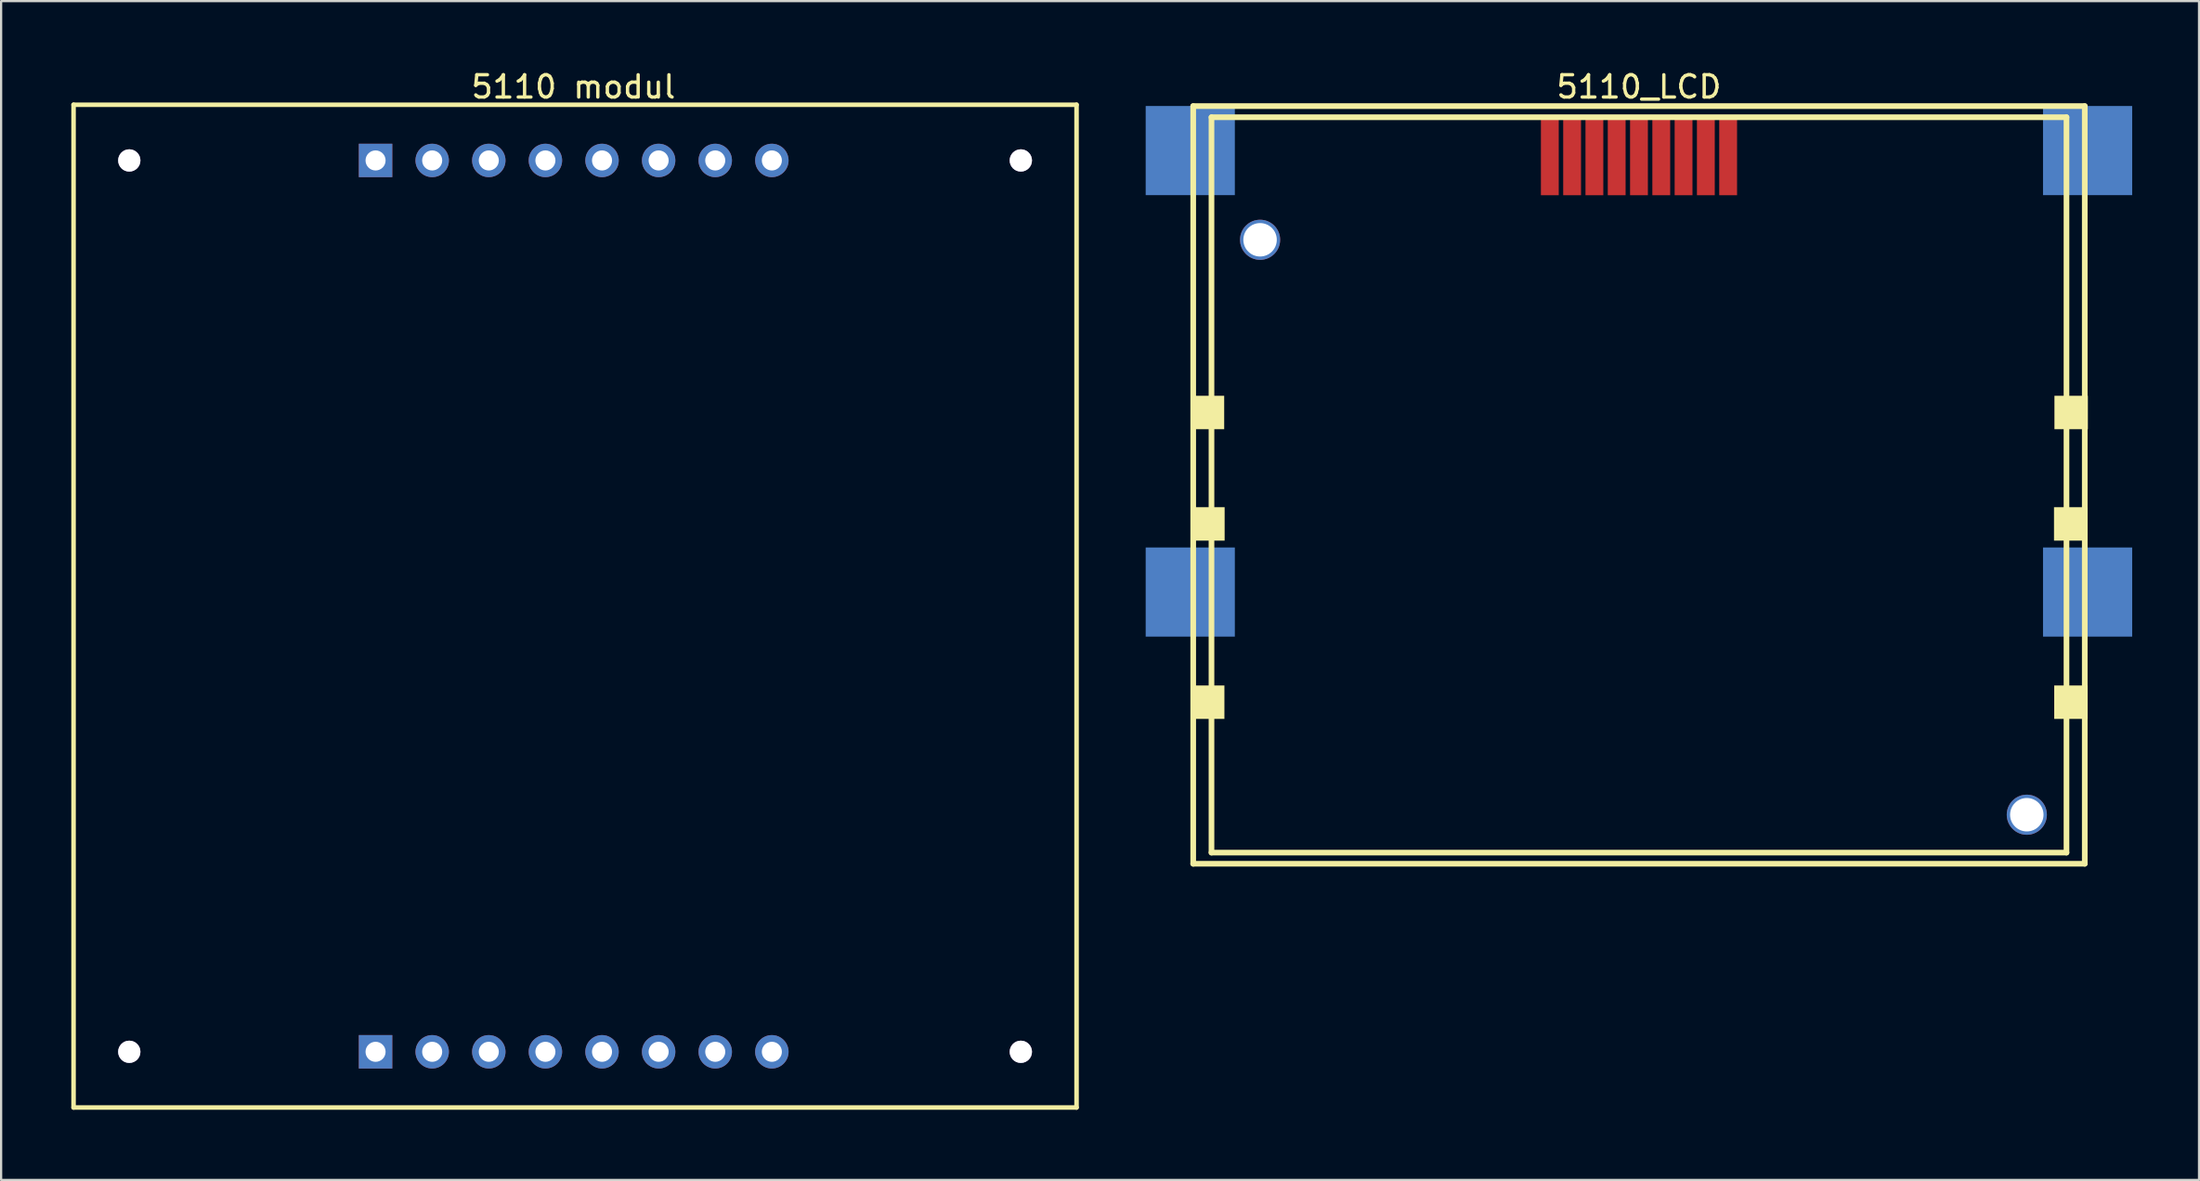
<source format=kicad_pcb>
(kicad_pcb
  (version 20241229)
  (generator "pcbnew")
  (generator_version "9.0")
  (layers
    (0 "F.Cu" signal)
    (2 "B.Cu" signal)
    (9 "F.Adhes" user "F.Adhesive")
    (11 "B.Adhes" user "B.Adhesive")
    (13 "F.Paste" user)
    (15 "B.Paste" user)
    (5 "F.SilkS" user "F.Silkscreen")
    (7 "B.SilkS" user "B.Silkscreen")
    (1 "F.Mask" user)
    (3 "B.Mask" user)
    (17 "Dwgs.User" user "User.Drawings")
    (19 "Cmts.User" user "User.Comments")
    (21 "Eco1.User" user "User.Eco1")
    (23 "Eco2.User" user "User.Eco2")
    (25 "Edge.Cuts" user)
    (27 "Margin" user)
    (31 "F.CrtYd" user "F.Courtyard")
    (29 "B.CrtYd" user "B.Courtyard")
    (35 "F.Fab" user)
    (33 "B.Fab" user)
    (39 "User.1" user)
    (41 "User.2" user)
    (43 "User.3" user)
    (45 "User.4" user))
  (footprint "5110 modul"
    (layer "F.Cu")
    (at 0.25 46.65)
    (property "Reference" "5110 modul" (at 22.426 -45.801 0) (layer "F.SilkS") (effects (font (size 1 1) (thickness 0.15))))
    (fp_line (start 0.0002 -45) (end 45 -45) (stroke (width 0.203) (type solid)) (layer "F.SilkS"))
    (fp_line (start 0.0002 0.00019) (end 0.0002 -45) (stroke (width 0.203) (type solid)) (layer "F.SilkS"))
    (fp_line (start 0.0002 0.00019) (end 45 0.00019) (stroke (width 0.203) (type solid)) (layer "F.SilkS"))
    (fp_line (start 45 0.00019) (end 45 -45) (stroke (width 0.203) (type solid)) (layer "F.SilkS"))
    (pad "0" thru_hole circle (at 2.5 -42.5) (size 1 1) (drill 2.3) (layers "*.Cu" "*.Mask"))
    (pad "0" thru_hole circle (at 2.5 -2.5) (size 1 1) (drill 2.3) (layers "*.Cu" "*.Mask"))
    (pad "0" thru_hole circle (at 42.5 -42.5) (size 1 1) (drill 2.3) (layers "*.Cu" "*.Mask"))
    (pad "0" thru_hole circle (at 42.5 -2.5) (size 1 1) (drill 2.3) (layers "*.Cu" "*.Mask"))
    (pad "1" thru_hole rect (at 13.55 -42.5 90) (size 1.5 1.5) (drill 0.9) (layers "*.Cu" "*.Mask"))
    (pad "1" thru_hole rect (at 13.55 -2.5 90) (size 1.5 1.5) (drill 0.9) (layers "*.Cu" "*.Mask"))
    (pad "2" thru_hole circle (at 16.09 -42.5 90) (size 1.5 1.5) (drill 0.9) (layers "*.Cu" "*.Mask"))
    (pad "2" thru_hole circle (at 16.09 -2.5 90) (size 1.5 1.5) (drill 0.9) (layers "*.Cu" "*.Mask"))
    (pad "3" thru_hole circle (at 18.63 -42.5 90) (size 1.5 1.5) (drill 0.9) (layers "*.Cu" "*.Mask"))
    (pad "3" thru_hole circle (at 18.63 -2.5 90) (size 1.5 1.5) (drill 0.9) (layers "*.Cu" "*.Mask"))
    (pad "4" thru_hole circle (at 21.17 -42.5 90) (size 1.5 1.5) (drill 0.9) (layers "*.Cu" "*.Mask"))
    (pad "4" thru_hole circle (at 21.17 -2.5 90) (size 1.5 1.5) (drill 0.9) (layers "*.Cu" "*.Mask"))
    (pad "5" thru_hole circle (at 23.71 -42.5 90) (size 1.5 1.5) (drill 0.9) (layers "*.Cu" "*.Mask"))
    (pad "5" thru_hole circle (at 23.71 -2.5 90) (size 1.5 1.5) (drill 0.9) (layers "*.Cu" "*.Mask"))
    (pad "6" thru_hole circle (at 26.25 -42.5 90) (size 1.5 1.5) (drill 0.9) (layers "*.Cu" "*.Mask"))
    (pad "6" thru_hole circle (at 26.25 -2.5 90) (size 1.5 1.5) (drill 0.9) (layers "*.Cu" "*.Mask"))
    (pad "7" thru_hole circle (at 28.79 -42.5 90) (size 1.5 1.5) (drill 0.9) (layers "*.Cu" "*.Mask"))
    (pad "7" thru_hole circle (at 28.79 -2.5 90) (size 1.5 1.5) (drill 0.9) (layers "*.Cu" "*.Mask"))
    (pad "8" thru_hole circle (at 31.33 -42.5 90) (size 1.5 1.5) (drill 0.9) (layers "*.Cu" "*.Mask"))
    (pad "8" thru_hole circle (at 31.33 -2.5 90) (size 1.5 1.5) (drill 0.9) (layers "*.Cu" "*.Mask")))
  (footprint "5110_LCD"
    (layer "F.Cu")
    (at 90.484 35.711)
    (property "Reference" "5110_LCD" (at -20.003 -34.863 0) (layer "F.SilkS") (effects (font (size 1 1) (thickness 0.15))))
    (fp_line (start -40 -34) (end 0 -34) (stroke (width 0.254) (type solid)) (layer "F.SilkS"))
    (fp_line (start -40 0) (end -40 -34) (stroke (width 0.254) (type solid)) (layer "F.SilkS"))
    (fp_line (start -40 0) (end 0 0) (stroke (width 0.254) (type solid)) (layer "F.SilkS"))
    (fp_line (start -39.18 -33.5) (end -0.82 -33.5) (stroke (width 0.254) (type solid)) (layer "F.SilkS"))
    (fp_line (start -39.18 -0.5) (end -39.18 -33.5) (stroke (width 0.254) (type solid)) (layer "F.SilkS"))
    (fp_line (start -39.18 -0.5) (end -0.82 -0.5) (stroke (width 0.254) (type solid)) (layer "F.SilkS"))
    (fp_line (start -0.82 -0.5) (end -0.82 -33.5) (stroke (width 0.254) (type solid)) (layer "F.SilkS"))
    (fp_line (start 0 0) (end 0 -34) (stroke (width 0.254) (type solid)) (layer "F.SilkS"))
    (fp_rect (start -40.11 -19.5) (end -38.61 -21) (stroke (width 0) (type default)) (fill yes) (layer "F.SilkS"))
    (fp_rect (start -40.1 -6.5) (end -38.6 -8) (stroke (width 0) (type default)) (fill yes) (layer "F.SilkS"))
    (fp_rect (start -40.09 -14.5) (end -38.59 -16) (stroke (width 0) (type default)) (fill yes) (layer "F.SilkS"))
    (fp_rect (start -1.38 -14.5) (end 0.12 -16) (stroke (width 0) (type default)) (fill yes) (layer "F.SilkS"))
    (fp_rect (start -1.37 -6.5) (end 0.13 -8) (stroke (width 0) (type default)) (fill yes) (layer "F.SilkS"))
    (fp_rect (start -1.36 -19.5) (end 0.14 -21) (stroke (width 0) (type default)) (fill yes) (layer "F.SilkS"))
    (pad "" thru_hole circle (at -37 -28) (size 1.8 1.8) (drill 1.5) (layers "*.Cu" "*.Mask"))
    (pad "" thru_hole circle (at -2.6 -2.2) (size 1.8 1.8) (drill 1.5) (layers "*.Cu" "*.Mask"))
    (pad "0" smd rect (at -40.132 -32.004) (size 4 4) (layers "B.Cu" "B.Mask" "B.Paste"))
    (pad "0" smd rect (at -40.132 -12.192) (size 4 4) (layers "B.Cu" "B.Mask" "B.Paste"))
    (pad "0" smd rect (at 0.127 -32.004) (size 4 4) (layers "B.Cu" "B.Mask" "B.Paste"))
    (pad "0" smd rect (at 0.127 -12.192) (size 4 4) (layers "B.Cu" "B.Mask" "B.Paste"))
    (pad "1" smd rect (at -16 -31.75) (size 0.8 3.5) (layers "F.Cu" "F.Mask" "F.Paste"))
    (pad "2" smd rect (at -17 -31.75) (size 0.8 3.5) (layers "F.Cu" "F.Mask" "F.Paste"))
    (pad "3" smd rect (at -18 -31.75) (size 0.8 3.5) (layers "F.Cu" "F.Mask" "F.Paste"))
    (pad "4" smd rect (at -19 -31.75) (size 0.8 3.5) (layers "F.Cu" "F.Mask" "F.Paste"))
    (pad "5" smd rect (at -20 -31.75) (size 0.8 3.5) (layers "F.Cu" "F.Mask" "F.Paste"))
    (pad "6" smd rect (at -21 -31.75) (size 0.8 3.5) (layers "F.Cu" "F.Mask" "F.Paste"))
    (pad "7" smd rect (at -22 -31.75) (size 0.8 3.5) (layers "F.Cu" "F.Mask" "F.Paste"))
    (pad "8" smd rect (at -23 -31.75) (size 0.8 3.5) (layers "F.Cu" "F.Mask" "F.Paste"))
    (pad "9" smd rect (at -24 -31.75) (size 0.8 3.5) (layers "F.Cu" "F.Mask" "F.Paste"))
    (zone (net_name "") (layers "F.Cu" "B.Cu") (hatch edge 0.5) (connect_pads) (min_thickness 0.25) (filled_areas_thickness no) (keepout (tracks not_allowed) (vias not_allowed) (pads not_allowed) (copperpour not_allowed) (footprints allowed)) (placement (enabled no)) (fill) (polygon (pts (xy 49.846 1.65) (xy 49.865 1.605) (xy 49.9 1.57) (xy 49.946 1.551) (xy 49.996 1.551) (xy 50.041 1.57) (xy 50.076 1.605) (xy 50.095 1.65) (xy 50.098 1.675) (xy 50.098 5.612) (xy 50.095 5.637) (xy 50.076 5.683) (xy 50.041 5.718) (xy 49.996 5.737) (xy 49.946 5.737) (xy 49.9 5.718) (xy 49.865 5.683) (xy 49.846 5.637) (xy 49.844 5.612) (xy 49.844 1.675))))
    (zone (net_name "") (layers "F.Cu" "B.Cu") (hatch edge 0.5) (connect_pads) (min_thickness 0.25) (filled_areas_thickness no) (keepout (tracks not_allowed) (vias not_allowed) (pads not_allowed) (copperpour not_allowed) (footprints allowed)) (placement (enabled no)) (fill) (polygon (pts (xy 49.846 21.462) (xy 49.865 21.417) (xy 49.9 21.382) (xy 49.946 21.363) (xy 49.996 21.363) (xy 50.041 21.382) (xy 50.076 21.417) (xy 50.095 21.462) (xy 50.098 21.487) (xy 50.098 25.424) (xy 50.095 25.449) (xy 50.076 25.495) (xy 50.041 25.53) (xy 49.996 25.549) (xy 49.946 25.549) (xy 49.9 25.53) (xy 49.865 25.495) (xy 49.846 25.449) (xy 49.844 25.424) (xy 49.844 21.487))))
    (zone (net_name "") (layers "F.Cu" "B.Cu") (hatch edge 0.5) (connect_pads) (min_thickness 0.25) (filled_areas_thickness no) (keepout (tracks not_allowed) (vias not_allowed) (pads not_allowed) (copperpour not_allowed) (footprints allowed)) (placement (enabled no)) (fill) (polygon (pts (xy 51.751 1.65) (xy 51.77 1.605) (xy 51.805 1.57) (xy 51.851 1.551) (xy 51.901 1.551) (xy 51.946 1.57) (xy 51.981 1.605) (xy 52 1.65) (xy 52.003 1.675) (xy 52.003 5.612) (xy 52 5.637) (xy 51.981 5.683) (xy 51.946 5.718) (xy 51.901 5.737) (xy 51.851 5.737) (xy 51.805 5.718) (xy 51.77 5.683) (xy 51.751 5.637) (xy 51.749 5.612) (xy 51.749 1.675))))
    (zone (net_name "") (layers "F.Cu" "B.Cu") (hatch edge 0.5) (connect_pads) (min_thickness 0.25) (filled_areas_thickness no) (keepout (tracks not_allowed) (vias not_allowed) (pads not_allowed) (copperpour not_allowed) (footprints allowed)) (placement (enabled no)) (fill) (polygon (pts (xy 51.751 21.462) (xy 51.77 21.417) (xy 51.805 21.382) (xy 51.851 21.363) (xy 51.901 21.363) (xy 51.946 21.382) (xy 51.981 21.417) (xy 52 21.462) (xy 52.003 21.487) (xy 52.003 25.424) (xy 52 25.449) (xy 51.981 25.495) (xy 51.946 25.53) (xy 51.901 25.549) (xy 51.851 25.549) (xy 51.805 25.53) (xy 51.77 25.495) (xy 51.751 25.449) (xy 51.749 25.424) (xy 51.749 21.487))))
    (zone (net_name "") (layers "F.Cu" "B.Cu") (hatch edge 0.5) (connect_pads) (min_thickness 0.25) (filled_areas_thickness no) (keepout (tracks not_allowed) (vias not_allowed) (pads not_allowed) (copperpour not_allowed) (footprints allowed)) (placement (enabled no)) (fill) (polygon (pts (xy 51.901 1.551) (xy 51.946 1.57) (xy 51.981 1.605) (xy 52 1.65) (xy 52 1.7) (xy 51.981 1.746) (xy 51.946 1.781) (xy 51.901 1.8) (xy 51.876 1.802) (xy 49.971 1.802) (xy 49.946 1.8) (xy 49.9 1.781) (xy 49.865 1.746) (xy 49.846 1.7) (xy 49.846 1.65) (xy 49.865 1.605) (xy 49.9 1.57) (xy 49.946 1.551) (xy 49.971 1.548) (xy 51.876 1.548))))
    (zone (net_name "") (layers "F.Cu" "B.Cu") (hatch edge 0.5) (connect_pads) (min_thickness 0.25) (filled_areas_thickness no) (keepout (tracks not_allowed) (vias not_allowed) (pads not_allowed) (copperpour not_allowed) (footprints allowed)) (placement (enabled no)) (fill) (polygon (pts (xy 51.901 5.488) (xy 51.946 5.507) (xy 51.981 5.542) (xy 52 5.587) (xy 52 5.637) (xy 51.981 5.683) (xy 51.946 5.718) (xy 51.901 5.737) (xy 51.876 5.739) (xy 49.971 5.739) (xy 49.946 5.737) (xy 49.9 5.718) (xy 49.865 5.683) (xy 49.846 5.637) (xy 49.846 5.587) (xy 49.865 5.542) (xy 49.9 5.507) (xy 49.946 5.488) (xy 49.971 5.485) (xy 51.876 5.485))))
    (zone (net_name "") (layers "F.Cu" "B.Cu") (hatch edge 0.5) (connect_pads) (min_thickness 0.25) (filled_areas_thickness no) (keepout (tracks not_allowed) (vias not_allowed) (pads not_allowed) (copperpour not_allowed) (footprints allowed)) (placement (enabled no)) (fill) (polygon (pts (xy 51.901 21.363) (xy 51.946 21.382) (xy 51.981 21.417) (xy 52 21.462) (xy 52 21.512) (xy 51.981 21.558) (xy 51.946 21.593) (xy 51.901 21.612) (xy 51.876 21.614) (xy 49.971 21.614) (xy 49.946 21.612) (xy 49.9 21.593) (xy 49.865 21.558) (xy 49.846 21.512) (xy 49.846 21.462) (xy 49.865 21.417) (xy 49.9 21.382) (xy 49.946 21.363) (xy 49.971 21.36) (xy 51.876 21.36))))
    (zone (net_name "") (layers "F.Cu" "B.Cu") (hatch edge 0.5) (connect_pads) (min_thickness 0.25) (filled_areas_thickness no) (keepout (tracks not_allowed) (vias not_allowed) (pads not_allowed) (copperpour not_allowed) (footprints allowed)) (placement (enabled no)) (fill) (polygon (pts (xy 51.901 25.3) (xy 51.946 25.319) (xy 51.981 25.354) (xy 52 25.399) (xy 52 25.449) (xy 51.981 25.495) (xy 51.946 25.53) (xy 51.901 25.549) (xy 51.876 25.551) (xy 49.971 25.551) (xy 49.946 25.549) (xy 49.9 25.53) (xy 49.865 25.495) (xy 49.846 25.449) (xy 49.846 25.399) (xy 49.865 25.354) (xy 49.9 25.319) (xy 49.946 25.3) (xy 49.971 25.297) (xy 51.876 25.297))))
    (zone (net_name "") (layers "F.Cu" "B.Cu") (hatch edge 0.5) (connect_pads) (min_thickness 0.25) (filled_areas_thickness no) (keepout (tracks not_allowed) (vias not_allowed) (pads not_allowed) (copperpour not_allowed) (footprints allowed)) (placement (enabled no)) (fill) (polygon (pts (xy 88.962 1.65) (xy 88.981 1.605) (xy 89.016 1.57) (xy 89.062 1.551) (xy 89.112 1.551) (xy 89.157 1.57) (xy 89.192 1.605) (xy 89.211 1.65) (xy 89.214 1.675) (xy 89.214 5.612) (xy 89.211 5.637) (xy 89.192 5.683) (xy 89.157 5.718) (xy 89.112 5.737) (xy 89.062 5.737) (xy 89.016 5.718) (xy 88.981 5.683) (xy 88.962 5.637) (xy 88.96 5.612) (xy 88.96 1.675))))
    (zone (net_name "") (layers "F.Cu" "B.Cu") (hatch edge 0.5) (connect_pads) (min_thickness 0.25) (filled_areas_thickness no) (keepout (tracks not_allowed) (vias not_allowed) (pads not_allowed) (copperpour not_allowed) (footprints allowed)) (placement (enabled no)) (fill) (polygon (pts (xy 88.962 21.589) (xy 88.981 21.544) (xy 89.016 21.509) (xy 89.062 21.49) (xy 89.112 21.49) (xy 89.157 21.509) (xy 89.192 21.544) (xy 89.211 21.589) (xy 89.214 21.614) (xy 89.214 25.551) (xy 89.211 25.576) (xy 89.192 25.622) (xy 89.157 25.657) (xy 89.112 25.676) (xy 89.062 25.676) (xy 89.016 25.657) (xy 88.981 25.622) (xy 88.962 25.576) (xy 88.96 25.551) (xy 88.96 21.614))))
    (zone (net_name "") (layers "F.Cu" "B.Cu") (hatch edge 0.5) (connect_pads) (min_thickness 0.25) (filled_areas_thickness no) (keepout (tracks not_allowed) (vias not_allowed) (pads not_allowed) (copperpour not_allowed) (footprints allowed)) (placement (enabled no)) (fill) (polygon (pts (xy 90.867 1.65) (xy 90.886 1.605) (xy 90.921 1.57) (xy 90.967 1.551) (xy 91.017 1.551) (xy 91.062 1.57) (xy 91.097 1.605) (xy 91.116 1.65) (xy 91.119 1.675) (xy 91.119 5.612) (xy 91.116 5.637) (xy 91.097 5.683) (xy 91.062 5.718) (xy 91.017 5.737) (xy 90.967 5.737) (xy 90.921 5.718) (xy 90.886 5.683) (xy 90.867 5.637) (xy 90.865 5.612) (xy 90.865 1.675))))
    (zone (net_name "") (layers "F.Cu" "B.Cu") (hatch edge 0.5) (connect_pads) (min_thickness 0.25) (filled_areas_thickness no) (keepout (tracks not_allowed) (vias not_allowed) (pads not_allowed) (copperpour not_allowed) (footprints allowed)) (placement (enabled no)) (fill) (polygon (pts (xy 90.867 21.589) (xy 90.886 21.544) (xy 90.921 21.509) (xy 90.967 21.49) (xy 91.017 21.49) (xy 91.062 21.509) (xy 91.097 21.544) (xy 91.116 21.589) (xy 91.119 21.614) (xy 91.119 25.551) (xy 91.116 25.576) (xy 91.097 25.622) (xy 91.062 25.657) (xy 91.017 25.676) (xy 90.967 25.676) (xy 90.921 25.657) (xy 90.886 25.622) (xy 90.867 25.576) (xy 90.865 25.551) (xy 90.865 21.614))))
    (zone (net_name "") (layers "F.Cu" "B.Cu") (hatch edge 0.5) (connect_pads) (min_thickness 0.25) (filled_areas_thickness no) (keepout (tracks not_allowed) (vias not_allowed) (pads not_allowed) (copperpour not_allowed) (footprints allowed)) (placement (enabled no)) (fill) (polygon (pts (xy 91.017 1.551) (xy 91.062 1.57) (xy 91.097 1.605) (xy 91.116 1.65) (xy 91.116 1.7) (xy 91.097 1.746) (xy 91.062 1.781) (xy 91.017 1.8) (xy 90.992 1.802) (xy 89.087 1.802) (xy 89.062 1.8) (xy 89.016 1.781) (xy 88.981 1.746) (xy 88.962 1.7) (xy 88.962 1.65) (xy 88.981 1.605) (xy 89.016 1.57) (xy 89.062 1.551) (xy 89.087 1.548) (xy 90.992 1.548))))
    (zone (net_name "") (layers "F.Cu" "B.Cu") (hatch edge 0.5) (connect_pads) (min_thickness 0.25) (filled_areas_thickness no) (keepout (tracks not_allowed) (vias not_allowed) (pads not_allowed) (copperpour not_allowed) (footprints allowed)) (placement (enabled no)) (fill) (polygon (pts (xy 91.017 5.488) (xy 91.062 5.507) (xy 91.097 5.542) (xy 91.116 5.587) (xy 91.116 5.637) (xy 91.097 5.683) (xy 91.062 5.718) (xy 91.017 5.737) (xy 90.992 5.739) (xy 89.087 5.739) (xy 89.062 5.737) (xy 89.016 5.718) (xy 88.981 5.683) (xy 88.962 5.637) (xy 88.962 5.587) (xy 88.981 5.542) (xy 89.016 5.507) (xy 89.062 5.488) (xy 89.087 5.485) (xy 90.992 5.485))))
    (zone (net_name "") (layers "F.Cu" "B.Cu") (hatch edge 0.5) (connect_pads) (min_thickness 0.25) (filled_areas_thickness no) (keepout (tracks not_allowed) (vias not_allowed) (pads not_allowed) (copperpour not_allowed) (footprints allowed)) (placement (enabled no)) (fill) (polygon (pts (xy 91.017 21.49) (xy 91.062 21.509) (xy 91.097 21.544) (xy 91.116 21.589) (xy 91.116 21.639) (xy 91.097 21.685) (xy 91.062 21.72) (xy 91.017 21.739) (xy 90.992 21.741) (xy 89.087 21.741) (xy 89.062 21.739) (xy 89.016 21.72) (xy 88.981 21.685) (xy 88.962 21.639) (xy 88.962 21.589) (xy 88.981 21.544) (xy 89.016 21.509) (xy 89.062 21.49) (xy 89.087 21.487) (xy 90.992 21.487))))
    (zone (net_name "") (layers "F.Cu" "B.Cu") (hatch edge 0.5) (connect_pads) (min_thickness 0.25) (filled_areas_thickness no) (keepout (tracks not_allowed) (vias not_allowed) (pads not_allowed) (copperpour not_allowed) (footprints allowed)) (placement (enabled no)) (fill) (polygon (pts (xy 91.017 25.427) (xy 91.062 25.446) (xy 91.097 25.481) (xy 91.116 25.526) (xy 91.116 25.576) (xy 91.097 25.622) (xy 91.062 25.657) (xy 91.017 25.676) (xy 90.992 25.678) (xy 89.087 25.678) (xy 89.062 25.676) (xy 89.016 25.657) (xy 88.981 25.622) (xy 88.962 25.576) (xy 88.962 25.526) (xy 88.981 25.481) (xy 89.016 25.446) (xy 89.062 25.427) (xy 89.087 25.424) (xy 90.992 25.424)))))
  (gr_rect
    (start -3 -3)
    (end 95.611 49.9)
    (stroke (width 0.1) (type default))
    (fill no)
    (layer "Edge.Cuts")))
</source>
